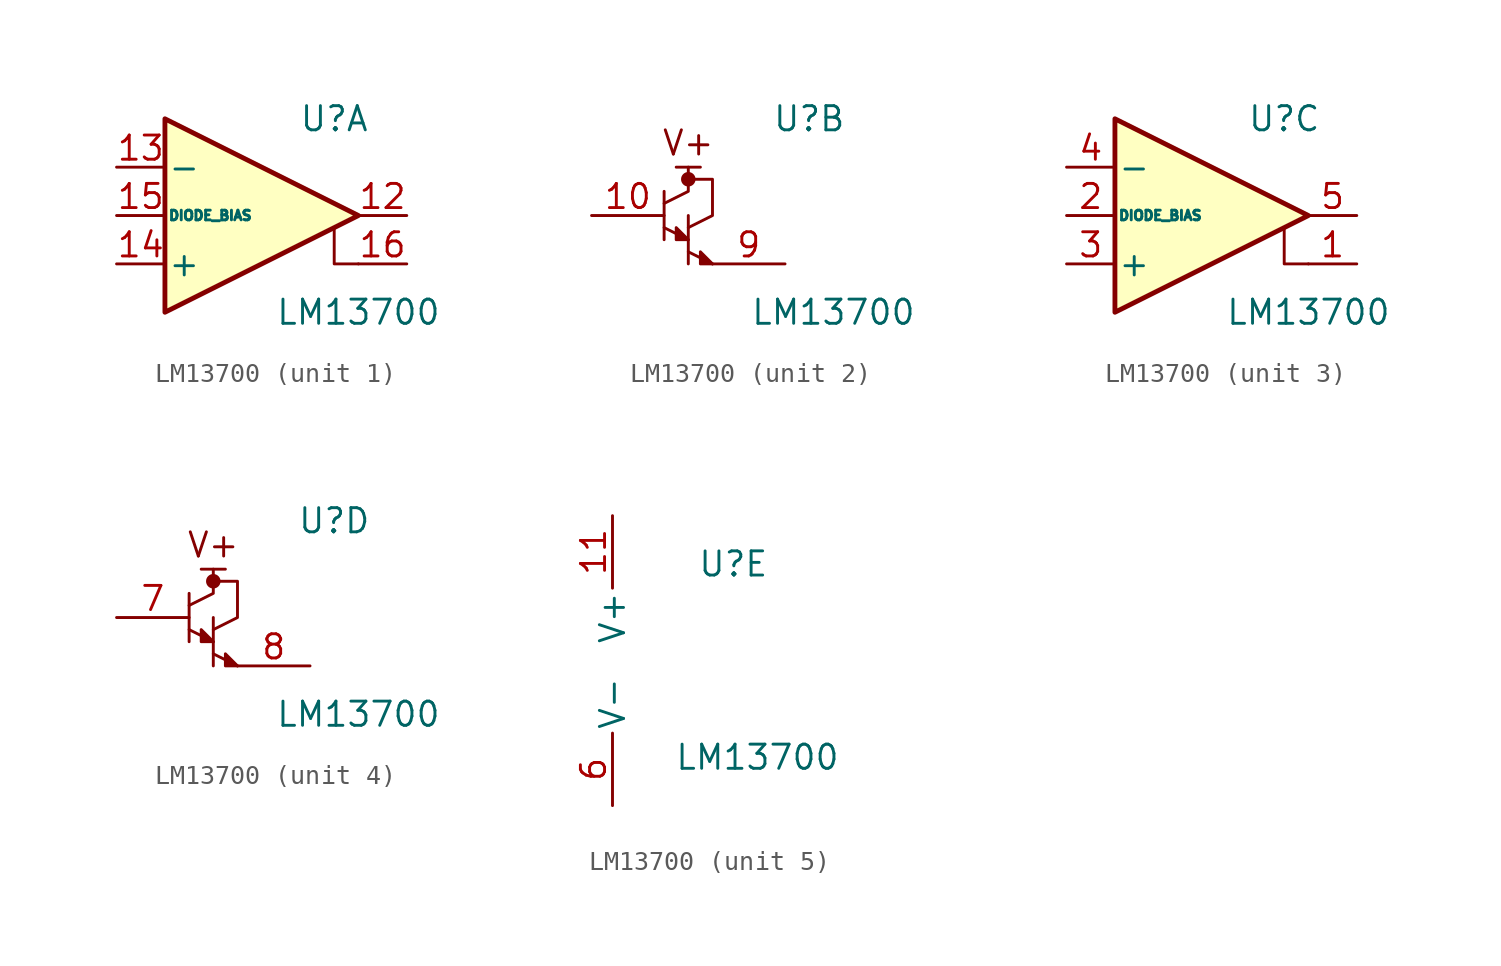
<source format=kicad_sym>
(kicad_symbol_lib
  (version 20201005)
  (generator kicad_symbol_editor)
  (symbol "Amplifier_Operational:LM13700"
    (pin_names
      (offset 0.127))
    (property "Reference" "U"
      (at 3.81 5.08 0)
      (effects (font (size 1.27 1.27))))
    (property "Value" "LM13700"
      (at 5.08 -5.08 0)
      (effects (font (size 1.27 1.27))))
    (property "ki_locked" ""
      (at 0 0 0)
      (effects (font (size 1.27 1.27))))
    (symbol "LM13700_1_1"
      (polyline (pts (xy 3.81 -0.635) (xy 3.81 -2.54) (xy 5.08 -2.54)) (stroke (width 0)) (fill (type none)))
      (polyline (pts (xy 5.08 0) (xy -5.08 -5.08) (xy -5.08 5.08) (xy 5.08 0)) (stroke (width 0.254)) (fill (type background)))
      (pin output line (at 7.62 0 180) (length 2.54) (name "~" (effects (font (size 1.27 1.27)))) (number "12" (effects (font (size 1.27 1.27)))))
      (pin input line (at -7.62 2.54 0) (length 2.54) (name "-" (effects (font (size 1.27 1.27)))) (number "13" (effects (font (size 1.27 1.27)))))
      (pin input line (at -7.62 -2.54 0) (length 2.54) (name "+" (effects (font (size 1.27 1.27)))) (number "14" (effects (font (size 1.27 1.27)))))
      (pin input line (at -7.62 0 0) (length 2.54) (name "DIODE_BIAS" (effects (font (size 0.508 0.508)))) (number "15" (effects (font (size 1.27 1.27)))))
      (pin input line (at 7.62 -2.54 180) (length 2.54) (name "~" (effects (font (size 1.27 1.27)))) (number "16" (effects (font (size 1.27 1.27))))))
    (symbol "LM13700_2_0"
      (polyline (pts (xy -1.905 2.54) (xy -3.175 2.54)) (stroke (width 0)) (fill (type none))))
    (symbol "LM13700_2_1"
      (circle (center -2.54 1.905) (radius 0.254) (stroke (width 0.254)) (fill (type outline)))
      (text "V+" (at -2.54 3.81 0) (effects (font (size 1.27 1.27))))
      (polyline (pts (xy -3.81 -0.635) (xy -2.54 -1.27)) (stroke (width 0)) (fill (type none)))
      (polyline (pts (xy -3.81 1.27) (xy -3.81 -1.27)) (stroke (width 0)) (fill (type none)))
      (polyline (pts (xy -2.54 -1.905) (xy -1.27 -2.54)) (stroke (width 0)) (fill (type none)))
      (polyline (pts (xy -2.54 0) (xy -2.54 -2.54)) (stroke (width 0)) (fill (type none)))
      (polyline (pts (xy -3.81 0.635) (xy -2.54 1.27) (xy -2.54 1.905) (xy -2.54 2.54)) (stroke (width 0)) (fill (type none)))
      (polyline (pts (xy -2.54 -1.27) (xy -3.175 -0.635) (xy -3.175 -1.27) (xy -2.54 -1.27)) (stroke (width 0)) (fill (type outline)))
      (polyline (pts (xy -2.54 -0.635) (xy -1.27 0) (xy -1.27 1.905) (xy -2.54 1.905)) (stroke (width 0)) (fill (type none)))
      (polyline (pts (xy -1.27 -2.54) (xy -1.905 -1.905) (xy -1.905 -2.54) (xy -1.27 -2.54)) (stroke (width 0)) (fill (type outline)))
      (pin input line (at -7.62 0 0) (length 3.81) (name "~" (effects (font (size 1.27 1.27)))) (number "10" (effects (font (size 1.27 1.27)))))
      (pin output line (at 2.54 -2.54 180) (length 3.81) (name "~" (effects (font (size 1.27 1.27)))) (number "9" (effects (font (size 1.27 1.27))))))
    (symbol "LM13700_3_1"
      (polyline (pts (xy 3.81 -0.635) (xy 3.81 -2.54) (xy 5.08 -2.54)) (stroke (width 0)) (fill (type none)))
      (polyline (pts (xy 5.08 0) (xy -5.08 -5.08) (xy -5.08 5.08) (xy 5.08 0)) (stroke (width 0.254)) (fill (type background)))
      (pin input line (at 7.62 -2.54 180) (length 2.54) (name "~" (effects (font (size 1.27 1.27)))) (number "1" (effects (font (size 1.27 1.27)))))
      (pin input line (at -7.62 0 0) (length 2.54) (name "DIODE_BIAS" (effects (font (size 0.508 0.508)))) (number "2" (effects (font (size 1.27 1.27)))))
      (pin input line (at -7.62 -2.54 0) (length 2.54) (name "+" (effects (font (size 1.27 1.27)))) (number "3" (effects (font (size 1.27 1.27)))))
      (pin input line (at -7.62 2.54 0) (length 2.54) (name "-" (effects (font (size 1.27 1.27)))) (number "4" (effects (font (size 1.27 1.27)))))
      (pin output line (at 7.62 0 180) (length 2.54) (name "~" (effects (font (size 1.27 1.27)))) (number "5" (effects (font (size 1.27 1.27))))))
    (symbol "LM13700_4_0"
      (text "V+" (at -2.54 3.81 0) (effects (font (size 1.27 1.27))))
      (polyline (pts (xy -3.175 2.54) (xy -1.905 2.54)) (stroke (width 0)) (fill (type none))))
    (symbol "LM13700_4_1"
      (circle (center -2.54 1.905) (radius 0.254) (stroke (width 0.254)) (fill (type outline)))
      (polyline (pts (xy -3.81 -0.635) (xy -2.54 -1.27)) (stroke (width 0)) (fill (type none)))
      (polyline (pts (xy -3.81 1.27) (xy -3.81 -1.27)) (stroke (width 0)) (fill (type none)))
      (polyline (pts (xy -2.54 -1.905) (xy -1.27 -2.54)) (stroke (width 0)) (fill (type none)))
      (polyline (pts (xy -2.54 0) (xy -2.54 -2.54)) (stroke (width 0)) (fill (type none)))
      (polyline (pts (xy -3.81 0.635) (xy -2.54 1.27) (xy -2.54 2.54)) (stroke (width 0)) (fill (type none)))
      (polyline (pts (xy -2.54 -1.27) (xy -3.175 -0.635) (xy -3.175 -1.27) (xy -2.54 -1.27)) (stroke (width 0)) (fill (type outline)))
      (polyline (pts (xy -2.54 -0.635) (xy -1.27 0) (xy -1.27 1.905) (xy -2.54 1.905)) (stroke (width 0)) (fill (type none)))
      (polyline (pts (xy -1.27 -2.54) (xy -1.905 -1.905) (xy -1.905 -2.54) (xy -1.27 -2.54)) (stroke (width 0)) (fill (type outline)))
      (pin input line (at -7.62 0 0) (length 3.81) (name "~" (effects (font (size 1.27 1.27)))) (number "7" (effects (font (size 1.27 1.27)))))
      (pin output line (at 2.54 -2.54 180) (length 3.81) (name "~" (effects (font (size 1.27 1.27)))) (number "8" (effects (font (size 1.27 1.27))))))
    (symbol "LM13700_5_1"
      (pin power_in line (at -2.54 7.62 270) (length 3.81) (name "V+" (effects (font (size 1.27 1.27)))) (number "11" (effects (font (size 1.27 1.27)))))
      (pin power_in line (at -2.54 -7.62 90) (length 3.81) (name "V-" (effects (font (size 1.27 1.27)))) (number "6" (effects (font (size 1.27 1.27))))))))
</source>
